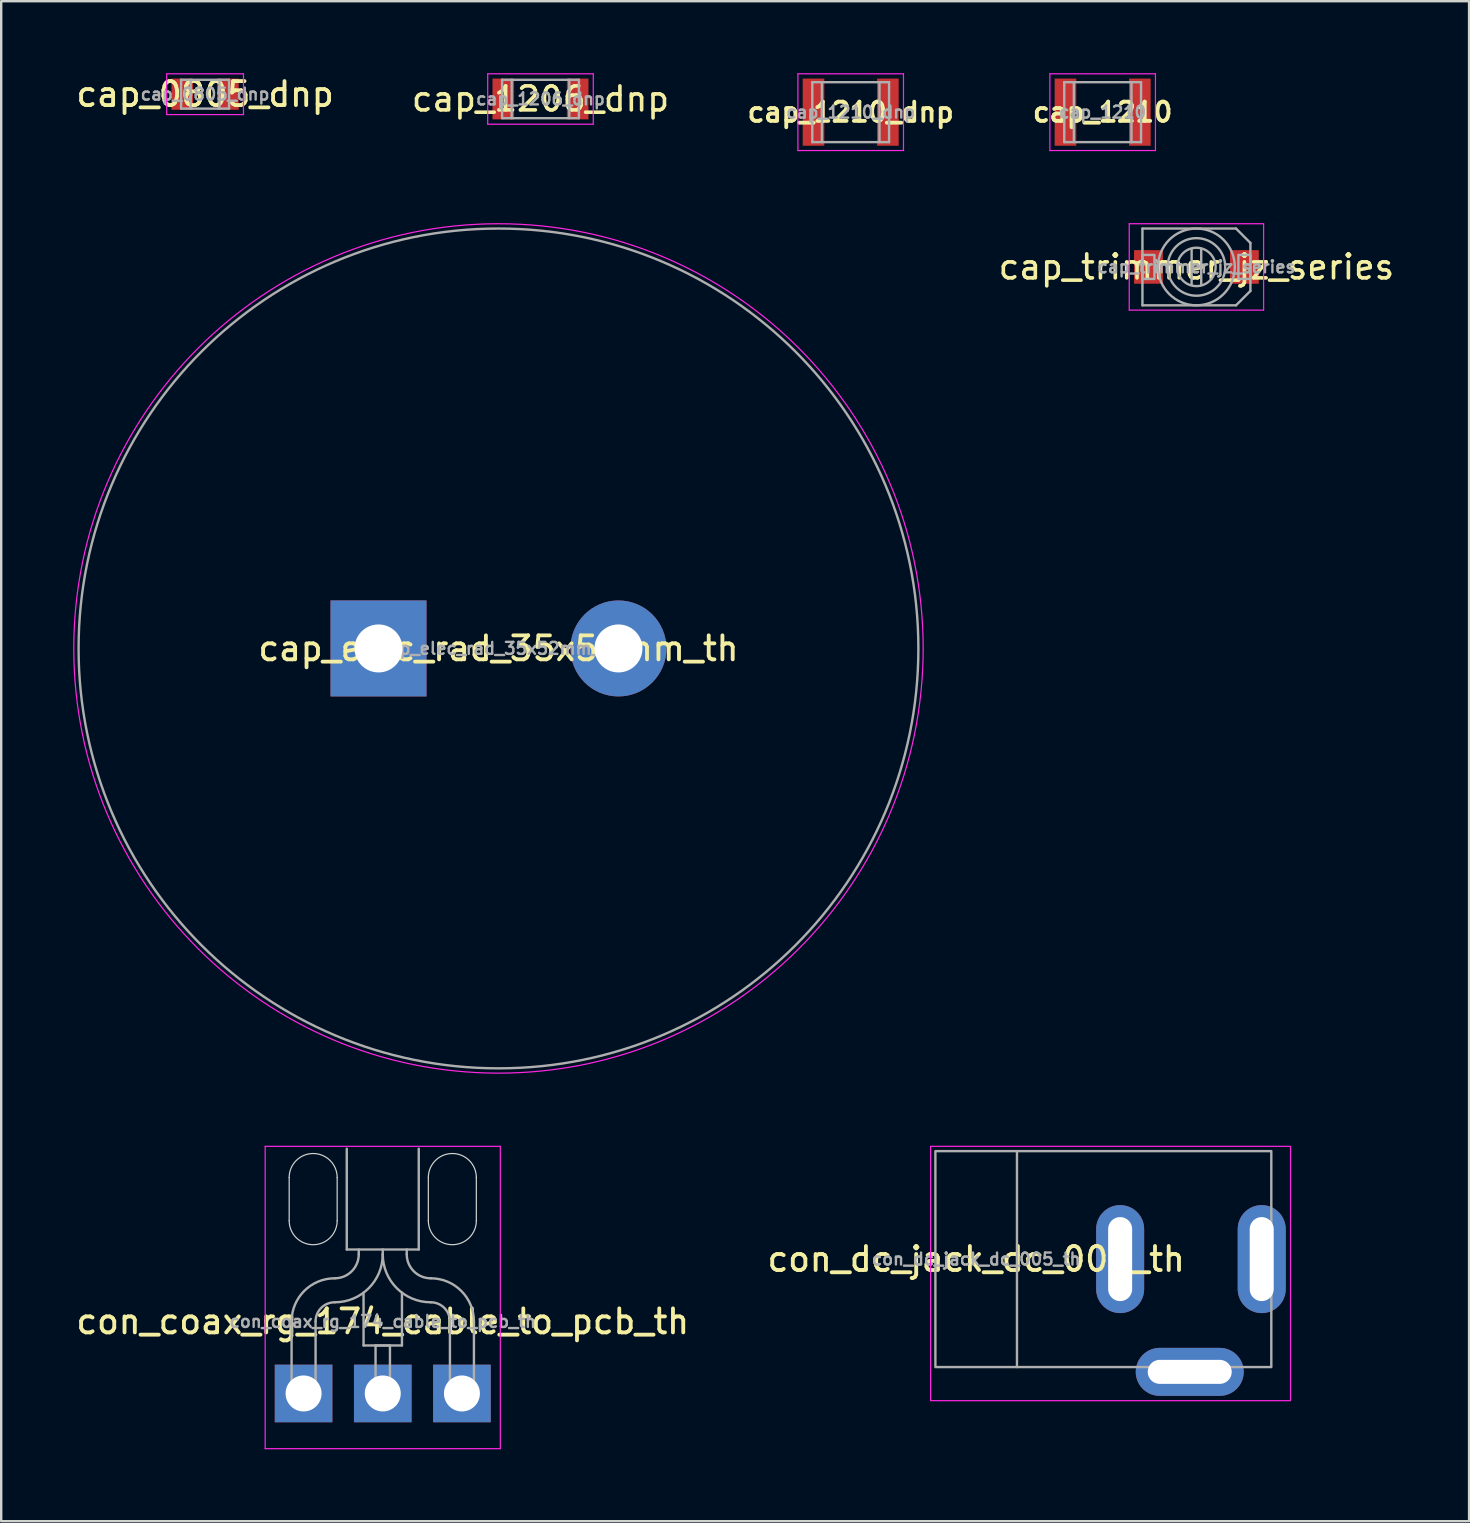
<source format=kicad_pcb>
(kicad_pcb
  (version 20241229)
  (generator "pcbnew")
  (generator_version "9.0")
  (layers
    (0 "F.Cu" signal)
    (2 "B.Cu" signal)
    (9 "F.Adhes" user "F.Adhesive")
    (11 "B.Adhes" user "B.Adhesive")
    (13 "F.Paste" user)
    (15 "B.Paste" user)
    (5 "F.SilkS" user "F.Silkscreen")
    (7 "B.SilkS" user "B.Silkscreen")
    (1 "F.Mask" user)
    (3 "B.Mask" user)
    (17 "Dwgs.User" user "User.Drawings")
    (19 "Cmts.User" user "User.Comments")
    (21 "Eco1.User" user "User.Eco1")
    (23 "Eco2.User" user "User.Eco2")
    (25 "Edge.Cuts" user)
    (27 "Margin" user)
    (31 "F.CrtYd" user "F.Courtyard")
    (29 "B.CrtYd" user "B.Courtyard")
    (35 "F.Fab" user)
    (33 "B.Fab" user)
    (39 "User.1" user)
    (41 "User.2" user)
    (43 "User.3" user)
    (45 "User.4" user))
  (footprint "cap_0805_dnp"
    (layer "F.Cu")
    (at 5.497 0.875)
    (property "Reference" "cap_0805_dnp" (at 0 0 0) (layer "F.SilkS") (effects (font (size 1 1) (thickness 0.16))))
    (attr smd exclude_from_pos_files exclude_from_bom dnp)
    (fp_line (start -1.6 -0.85) (end 1.6 -0.85) (stroke (width 0.05) (type solid)) (layer "F.CrtYd"))
    (fp_line (start -1.6 0.85) (end -1.6 -0.85) (stroke (width 0.05) (type solid)) (layer "F.CrtYd"))
    (fp_line (start 1.6 -0.85) (end 1.6 0.85) (stroke (width 0.05) (type solid)) (layer "F.CrtYd"))
    (fp_line (start 1.6 0.85) (end -1.6 0.85) (stroke (width 0.05) (type solid)) (layer "F.CrtYd"))
    (fp_line (start -1 -0.6) (end -1 0.6) (stroke (width 0.1) (type solid)) (layer "F.Fab"))
    (fp_line (start -1 0.6) (end 1 0.6) (stroke (width 0.1) (type solid)) (layer "F.Fab"))
    (fp_line (start -0.6 -0.6) (end -0.6 0.6) (stroke (width 0.1) (type solid)) (layer "F.Fab"))
    (fp_line (start 0.6 -0.6) (end 0.6 0.6) (stroke (width 0.1) (type solid)) (layer "F.Fab"))
    (fp_line (start 1 -0.6) (end -1 -0.6) (stroke (width 0.1) (type solid)) (layer "F.Fab"))
    (fp_line (start 1 0.6) (end 1 -0.6) (stroke (width 0.1) (type solid)) (layer "F.Fab"))
    (fp_text user "${REFERENCE}" (at 0 0 0) (layer "F.Fab") (effects (font (size 0.5 0.5) (thickness 0.1))))
    (pad "1" smd rect (at -0.95 0) (size 0.9 1.3) (layers "F.Cu" "F.Mask" "F.Paste"))
    (pad "2" smd rect (at 0.95 0) (size 0.9 1.3) (layers "F.Cu" "F.Mask" "F.Paste")))
  (footprint "cap_trimmer_jz_series"
    (layer "F.Cu")
    (at 46.813 8.075)
    (property "Reference" "cap_trimmer_jz_series" (at 0 0 0) (layer "F.SilkS") (effects (font (size 1 1) (thickness 0.15))))
    (attr smd)
    (fp_line (start -2.8 -1.8) (end 2.8 -1.8) (stroke (width 0.05) (type solid)) (layer "F.CrtYd"))
    (fp_line (start -2.8 1.8) (end -2.8 -1.8) (stroke (width 0.05) (type solid)) (layer "F.CrtYd"))
    (fp_line (start 2.8 -1.8) (end 2.8 1.8) (stroke (width 0.05) (type solid)) (layer "F.CrtYd"))
    (fp_line (start 2.8 1.8) (end -2.8 1.8) (stroke (width 0.05) (type solid)) (layer "F.CrtYd"))
    (fp_line (start -2.25 -1.6) (end -2.25 1.6) (stroke (width 0.1) (type solid)) (layer "F.Fab"))
    (fp_line (start -2.25 1.6) (end 1.65 1.6) (stroke (width 0.1) (type solid)) (layer "F.Fab"))
    (fp_line (start -0.2 0.75) (end -0.2 -0.75) (stroke (width 0.1) (type default)) (layer "F.Fab"))
    (fp_line (start 0.2 0.75) (end 0.2 -0.75) (stroke (width 0.1) (type default)) (layer "F.Fab"))
    (fp_line (start 1.65 -1.6) (end -2.25 -1.6) (stroke (width 0.1) (type solid)) (layer "F.Fab"))
    (fp_line (start 2.25 -1) (end 1.65 -1.6) (stroke (width 0.1) (type default)) (layer "F.Fab"))
    (fp_line (start 2.25 1) (end 1.65 1.6) (stroke (width 0.1) (type default)) (layer "F.Fab"))
    (fp_line (start 2.25 1) (end 2.25 -1) (stroke (width 0.1) (type solid)) (layer "F.Fab"))
    (fp_rect (start -2.25 -0.5) (end -1.75 0.5) (stroke (width 0.1) (type default)) (fill no) (layer "F.Fab"))
    (fp_rect (start 1.75 -0.5) (end 2.25 0.5) (stroke (width 0.1) (type default)) (fill no) (layer "F.Fab"))
    (fp_circle (center 0 0) (end -1.6 0) (stroke (width 0.1) (type default)) (fill no) (layer "F.Fab"))
    (fp_circle (center 0 0) (end 0.8 0) (stroke (width 0.1) (type default)) (fill no) (layer "F.Fab"))
    (fp_circle (center 0 0) (end 1.2 0) (stroke (width 0.1) (type default)) (fill no) (layer "F.Fab"))
    (fp_text user "${REFERENCE}" (at 0 0 0) (layer "F.Fab") (effects (font (size 0.5 0.5) (thickness 0.1))))
    (pad "1" smd rect (at -2 0) (size 1.2 1.4) (layers "F.Cu" "F.Mask" "F.Paste"))
    (pad "2" smd rect (at 2 0) (size 1.2 1.4) (layers "F.Cu" "F.Mask" "F.Paste")))
  (footprint "cap_1206_dnp"
    (layer "F.Cu")
    (at 19.476 1.075)
    (property "Reference" "cap_1206_dnp" (at 0 0 0) (layer "F.SilkS") (effects (font (size 1 1) (thickness 0.15))))
    (attr smd board_only exclude_from_pos_files exclude_from_bom dnp)
    (fp_line (start -2.2 -1.05) (end 2.2 -1.05) (stroke (width 0.05) (type solid)) (layer "F.CrtYd"))
    (fp_line (start -2.2 1.05) (end -2.2 -1.05) (stroke (width 0.05) (type solid)) (layer "F.CrtYd"))
    (fp_line (start 2.2 -1.05) (end 2.2 1.05) (stroke (width 0.05) (type solid)) (layer "F.CrtYd"))
    (fp_line (start 2.2 1.05) (end -2.2 1.05) (stroke (width 0.05) (type solid)) (layer "F.CrtYd"))
    (fp_line (start -1.6 -0.8) (end 1.6 -0.8) (stroke (width 0.1) (type solid)) (layer "F.Fab"))
    (fp_line (start -1.6 0.8) (end -1.6 -0.8) (stroke (width 0.1) (type solid)) (layer "F.Fab"))
    (fp_line (start -1.2 -0.8) (end -1.2 0.8) (stroke (width 0.1) (type solid)) (layer "F.Fab"))
    (fp_line (start 1.2 -0.8) (end 1.2 0.8) (stroke (width 0.1) (type solid)) (layer "F.Fab"))
    (fp_line (start 1.6 -0.8) (end 1.6 0.8) (stroke (width 0.1) (type solid)) (layer "F.Fab"))
    (fp_line (start 1.6 0.8) (end -1.6 0.8) (stroke (width 0.1) (type solid)) (layer "F.Fab"))
    (fp_text user "${REFERENCE}" (at 0 0 0) (layer "F.Fab") (effects (font (size 0.5 0.5) (thickness 0.1))))
    (pad "1" smd rect (at -1.55 0) (size 0.9 1.7) (layers "F.Cu" "F.Mask" "F.Paste"))
    (pad "2" smd rect (at 1.55 0) (size 0.9 1.7) (layers "F.Cu" "F.Mask" "F.Paste")))
  (footprint "con_coax_rg_174_cable_to_pcb_th"
    (layer "F.Cu")
    (at 12.902 55.025)
    (property "Reference" "con_coax_rg_174_cable_to_pcb_th" (at 0 -3 0) (layer "F.SilkS") (effects (font (size 1 1) (thickness 0.16))))
    (attr through_hole exclude_from_pos_files exclude_from_bom)
    (fp_line (start -3.9 -9) (end -3.9 -7.2) (stroke (width 0.05) (type default)) (layer "Edge.Cuts"))
    (fp_line (start -1.9 -9) (end -1.9 -7.2) (stroke (width 0.05) (type default)) (layer "Edge.Cuts"))
    (fp_line (start 1.9 -9) (end 1.9 -7.2) (stroke (width 0.05) (type default)) (layer "Edge.Cuts"))
    (fp_line (start 3.9 -9) (end 3.9 -7.2) (stroke (width 0.05) (type default)) (layer "Edge.Cuts"))
    (fp_arc (start -3.9 -9) (mid -2.9 -10) (end -1.9 -9) (stroke (width 0.05) (type default)) (layer "Edge.Cuts"))
    (fp_arc (start -1.9 -7.2) (mid -2.9 -6.2) (end -3.9 -7.2) (stroke (width 0.05) (type default)) (layer "Edge.Cuts"))
    (fp_arc (start 1.9 -9) (mid 2.9 -10) (end 3.9 -9) (stroke (width 0.05) (type default)) (layer "Edge.Cuts"))
    (fp_arc (start 3.9 -7.2) (mid 2.9 -6.2) (end 1.9 -7.2) (stroke (width 0.05) (type default)) (layer "Edge.Cuts"))
    (fp_line (start -4.9 -10.3) (end 4.9 -10.3) (stroke (width 0.05) (type solid)) (layer "F.CrtYd"))
    (fp_line (start -4.9 2.3) (end -4.9 -10.3) (stroke (width 0.05) (type solid)) (layer "F.CrtYd"))
    (fp_line (start 4.9 -10.3) (end 4.9 2.3) (stroke (width 0.05) (type solid)) (layer "F.CrtYd"))
    (fp_line (start 4.9 2.3) (end -4.9 2.3) (stroke (width 0.05) (type solid)) (layer "F.CrtYd"))
    (fp_line (start -3.8 0) (end -3.8 -3) (stroke (width 0.1) (type default)) (layer "F.Fab"))
    (fp_line (start -2.8 0) (end -2.8 -3) (stroke (width 0.1) (type default)) (layer "F.Fab"))
    (fp_line (start -1.5 -6) (end -1.5 -10.2) (stroke (width 0.1) (type default)) (layer "F.Fab"))
    (fp_line (start -1.5 -6) (end 1.5 -6) (stroke (width 0.1) (type default)) (layer "F.Fab"))
    (fp_line (start -1 -6) (end -1 -5.8) (stroke (width 0.1) (type default)) (layer "F.Fab"))
    (fp_line (start -0.8 -2) (end -0.8 -4.2) (stroke (width 0.1) (type default)) (layer "F.Fab"))
    (fp_line (start -0.8 -2) (end 0.8 -2) (stroke (width 0.1) (type default)) (layer "F.Fab"))
    (fp_line (start -0.3 -2) (end 0.3 -2) (stroke (width 0.1) (type default)) (layer "F.Fab"))
    (fp_line (start -0.3 0) (end -0.3 -2) (stroke (width 0.1) (type default)) (layer "F.Fab"))
    (fp_line (start 0 -6) (end 0 -5.8) (stroke (width 0.1) (type default)) (layer "F.Fab"))
    (fp_line (start 0.3 -2) (end 0.3 0) (stroke (width 0.1) (type default)) (layer "F.Fab"))
    (fp_line (start 0.8 -2) (end 0.8 -4.2) (stroke (width 0.1) (type default)) (layer "F.Fab"))
    (fp_line (start 1 -6) (end 1 -5.8) (stroke (width 0.1) (type default)) (layer "F.Fab"))
    (fp_line (start 1.5 -6) (end 1.5 -10.2) (stroke (width 0.1) (type default)) (layer "F.Fab"))
    (fp_line (start 2.8 0) (end 2.8 -3) (stroke (width 0.1) (type default)) (layer "F.Fab"))
    (fp_line (start 3.8 0) (end 3.8 -3) (stroke (width 0.1) (type default)) (layer "F.Fab"))
    (fp_arc (start -3.8 -3) (mid -3.272792 -4.272792) (end -2 -4.8) (stroke (width 0.1) (type default)) (layer "F.Fab"))
    (fp_arc (start -2.8 -3) (mid -2.565685 -3.565685) (end -2 -3.8) (stroke (width 0.1) (type default)) (layer "F.Fab"))
    (fp_arc (start -2.8 0) (mid -3.3 0.5) (end -3.8 0) (stroke (width 0.1) (type default)) (layer "F.Fab"))
    (fp_arc (start -1 -5.8) (mid -1.292893 -5.092893) (end -2 -4.8) (stroke (width 0.1) (type default)) (layer "F.Fab"))
    (fp_arc (start 0 -5.8) (mid -0.585786 -4.385786) (end -2 -3.8) (stroke (width 0.1) (type default)) (layer "F.Fab"))
    (fp_arc (start 0.3 0) (mid 0 0.3) (end -0.3 0) (stroke (width 0.1) (type default)) (layer "F.Fab"))
    (fp_arc (start 2 -4.8) (mid 3.272792 -4.272792) (end 3.8 -3) (stroke (width 0.1) (type default)) (layer "F.Fab"))
    (fp_arc (start 2 -3.8) (mid 2.565685 -3.565685) (end 2.8 -3) (stroke (width 0.1) (type default)) (layer "F.Fab"))
    (fp_arc (start 2.000001 -4.800001) (mid 1.292894 -5.092894) (end 1.000001 -5.800001) (stroke (width 0.1) (type default)) (layer "F.Fab"))
    (fp_arc (start 2.000001 -3.800001) (mid 0.585787 -4.385787) (end 0.000001 -5.800001) (stroke (width 0.1) (type default)) (layer "F.Fab"))
    (fp_arc (start 3.8 0) (mid 3.3 0.5) (end 2.8 0) (stroke (width 0.1) (type default)) (layer "F.Fab"))
    (fp_text user "${REFERENCE}" (at 0 -3 0) (layer "F.Fab") (effects (font (size 0.5 0.5) (thickness 0.1) (bold yes))))
    (pad "1" thru_hole rect (at 0 0) (size 2.4 2.4) (drill 1.5) (layers "*.Cu" "*.Mask"))
    (pad "2" thru_hole rect (at -3.3 0) (size 2.4 2.4) (drill 1.5) (layers "*.Cu" "*.Mask"))
    (pad "3" thru_hole rect (at 3.3 0) (size 2.4 2.4) (drill 1.5) (layers "*.Cu" "*.Mask"))
    (zone (net_name "") (layers "F.Cu" "B.Cu") (name "con_coax_no_copper") (hatch edge 0.5) (connect_pads) (min_thickness 0.25) (filled_areas_thickness no) (keepout (tracks allowed) (vias allowed) (pads allowed) (copperpour not_allowed) (footprints allowed)) (placement (enabled no)) (fill) (polygon (pts (xy 10.802 52.925) (xy 15.002 52.925) (xy 15.002 57.125) (xy 10.802 57.125)))))
  (footprint "con_dc_jack_dc_005_th"
    (layer "F.Cu")
    (at 35.934 49.425)
    (property "Reference" "con_dc_jack_dc_005_th" (at 1.7 0 0) (unlocked yes) (layer "F.SilkS") (effects (font (size 1 1) (thickness 0.16))))
    (attr through_hole exclude_from_pos_files)
    (fp_rect (start -0.2 -4.7) (end 14.8 5.9) (stroke (width 0.05) (type solid)) (fill no) (layer "F.CrtYd"))
    (fp_line (start 3.4 -4.5) (end 3.4 4.5) (stroke (width 0.1) (type solid)) (layer "F.Fab"))
    (fp_rect (start 0 -4.5) (end 14 4.5) (stroke (width 0.1) (type solid)) (fill no) (layer "F.Fab"))
    (fp_text user "${REFERENCE}" (at 1.7 0 0) (unlocked yes) (layer "F.Fab") (effects (font (size 0.5 0.5) (thickness 0.1))))
    (pad "1" thru_hole oval (at 13.6 0) (size 2 4.5) (drill oval 1 3.5) (layers "*.Cu" "*.Mask"))
    (pad "2" thru_hole oval (at 10.6 4.7 90) (size 2 4.5) (drill oval 1 3.5) (layers "*.Cu" "*.Mask"))
    (pad "3" thru_hole oval (at 7.7 0) (size 2 4.5) (drill oval 1 3.5) (layers "*.Cu" "*.Mask")))
  (footprint "cap_1210_dnp"
    (layer "F.Cu")
    (at 32.404 1.625)
    (property "Reference" "cap_1210_dnp" (at 0 0 0) (layer "F.SilkS") (effects (font (size 0.8 0.8) (thickness 0.16))))
    (attr smd exclude_from_pos_files exclude_from_bom dnp)
    (fp_line (start -2.2 -1.6) (end 2.2 -1.6) (stroke (width 0.05) (type solid)) (layer "F.CrtYd"))
    (fp_line (start -2.2 1.6) (end -2.2 -1.6) (stroke (width 0.05) (type solid)) (layer "F.CrtYd"))
    (fp_line (start 2.2 -1.6) (end 2.2 1.6) (stroke (width 0.05) (type solid)) (layer "F.CrtYd"))
    (fp_line (start 2.2 1.6) (end -2.2 1.6) (stroke (width 0.05) (type solid)) (layer "F.CrtYd"))
    (fp_line (start -1.6 -1.25) (end 1.6 -1.25) (stroke (width 0.1) (type solid)) (layer "F.Fab"))
    (fp_line (start -1.6 1.25) (end -1.6 -1.25) (stroke (width 0.1) (type solid)) (layer "F.Fab"))
    (fp_line (start -1.2 -1.25) (end -1.2 1.25) (stroke (width 0.1) (type solid)) (layer "F.Fab"))
    (fp_line (start 1.2 -1.25) (end 1.2 1.25) (stroke (width 0.1) (type solid)) (layer "F.Fab"))
    (fp_line (start 1.6 -1.25) (end 1.6 1.25) (stroke (width 0.1) (type solid)) (layer "F.Fab"))
    (fp_line (start 1.6 1.25) (end -1.6 1.25) (stroke (width 0.1) (type solid)) (layer "F.Fab"))
    (fp_text user "${REFERENCE}" (at 0 0 0) (layer "F.Fab") (effects (font (size 0.5 0.5) (thickness 0.1))))
    (pad "1" smd rect (at -1.55 0) (size 0.9 2.8) (layers "F.Cu" "F.Mask" "F.Paste"))
    (pad "2" smd rect (at 1.55 0) (size 0.9 2.8) (layers "F.Cu" "F.Mask" "F.Paste")))
  (footprint "cap_1210"
    (layer "F.Cu")
    (at 42.905 1.625)
    (property "Reference" "cap_1210" (at 0 0 0) (layer "F.SilkS") (effects (font (size 0.8 0.8) (thickness 0.16))))
    (attr smd)
    (fp_line (start -2.2 -1.6) (end 2.2 -1.6) (stroke (width 0.05) (type solid)) (layer "F.CrtYd"))
    (fp_line (start -2.2 1.6) (end -2.2 -1.6) (stroke (width 0.05) (type solid)) (layer "F.CrtYd"))
    (fp_line (start 2.2 -1.6) (end 2.2 1.6) (stroke (width 0.05) (type solid)) (layer "F.CrtYd"))
    (fp_line (start 2.2 1.6) (end -2.2 1.6) (stroke (width 0.05) (type solid)) (layer "F.CrtYd"))
    (fp_line (start -1.6 -1.25) (end 1.6 -1.25) (stroke (width 0.1) (type solid)) (layer "F.Fab"))
    (fp_line (start -1.6 1.25) (end -1.6 -1.25) (stroke (width 0.1) (type solid)) (layer "F.Fab"))
    (fp_line (start -1.2 -1.25) (end -1.2 1.25) (stroke (width 0.1) (type solid)) (layer "F.Fab"))
    (fp_line (start 1.2 -1.25) (end 1.2 1.25) (stroke (width 0.1) (type solid)) (layer "F.Fab"))
    (fp_line (start 1.6 -1.25) (end 1.6 1.25) (stroke (width 0.1) (type solid)) (layer "F.Fab"))
    (fp_line (start 1.6 1.25) (end -1.6 1.25) (stroke (width 0.1) (type solid)) (layer "F.Fab"))
    (fp_text user "${REFERENCE}" (at 0 0 0) (layer "F.Fab") (effects (font (size 0.5 0.5) (thickness 0.1))))
    (pad "1" smd rect (at -1.55 0) (size 0.9 2.8) (layers "F.Cu" "F.Mask" "F.Paste"))
    (pad "2" smd rect (at 1.55 0) (size 0.9 2.8) (layers "F.Cu" "F.Mask" "F.Paste")))
  (footprint "cap_elec_rad_35x52mm_th"
    (layer "F.Cu")
    (at 12.725 23.975)
    (property "Reference" "cap_elec_rad_35x52mm_th" (at 5 0 0) (layer "F.SilkS") (effects (font (size 1 1) (thickness 0.16))))
    (attr through_hole exclude_from_pos_files)
    (fp_circle (center 5 0) (end 22.7 0) (stroke (width 0.05) (type default)) (fill no) (layer "F.CrtYd"))
    (fp_circle (center 5 0) (end 22.5 0) (stroke (width 0.1) (type default)) (fill no) (layer "F.Fab"))
    (fp_text user "${REFERENCE}" (at 5 0 0) (layer "F.Fab") (effects (font (size 0.5 0.5) (thickness 0.1))))
    (pad "1" thru_hole rect (at 0 0) (size 4 4) (drill 2) (layers "*.Cu" "*.Mask"))
    (pad "2" thru_hole circle (at 10 0) (size 4 4) (drill 2) (layers "*.Cu" "*.Mask")))
  (gr_rect
    (start -3 -3)
    (end 58.176 60.35)
    (stroke (width 0.1) (type default))
    (fill no)
    (layer "Edge.Cuts")))
</source>
